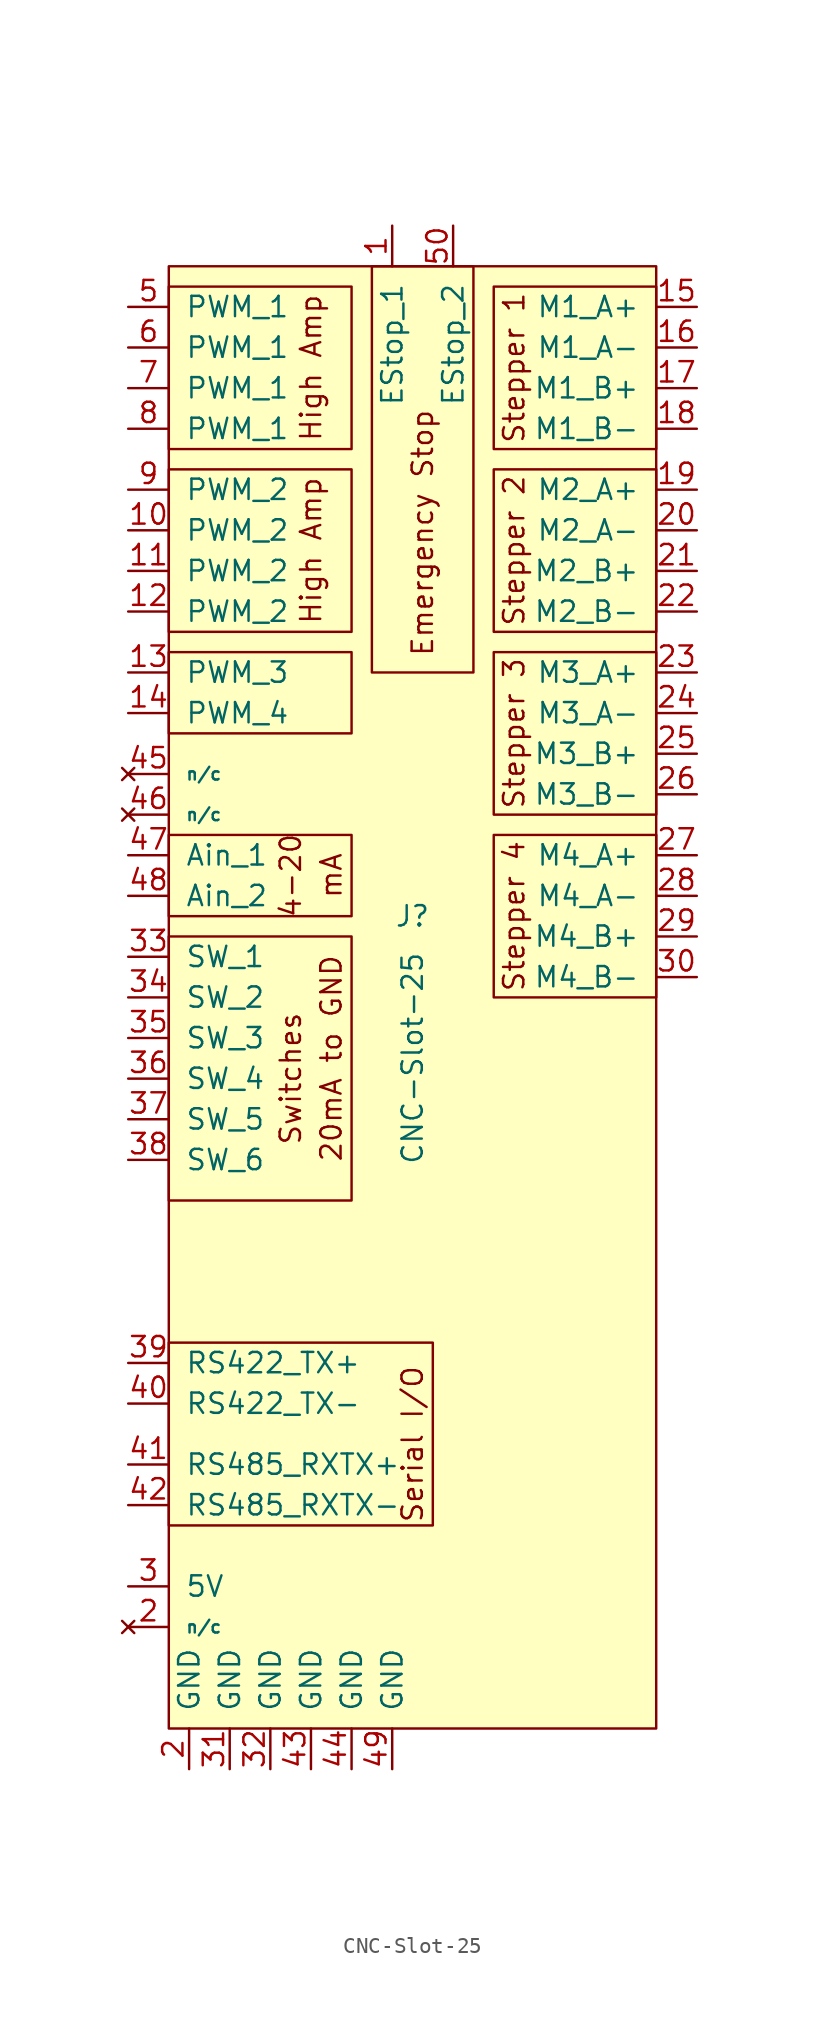
<source format=kicad_sym>
(kicad_symbol_lib
  (version 20220914)
  (generator kicad_symbol_editor)
  (symbol "CNC-Slot-25"
    (pin_names
      (offset 1.016))
    (property "Reference" "J"
      (at 0 5.08 0)
      (effects (font (size 1.27 1.27))))
    (property "Value" "CNC-Slot-25"
      (at 0 -3.81 90)
      (effects (font (size 1.27 1.27))))
    (symbol "CNC-Slot-25_0_0"
      (rectangle (start -15.24 10.16) (end -3.81 5.08) (stroke (width 0) (type solid)) (fill (type none)))
      (rectangle (start -15.24 21.59) (end -3.81 16.51) (stroke (width 0) (type solid)) (fill (type none)))
      (rectangle (start -15.24 33.02) (end -3.81 22.86) (stroke (width 0) (type solid)) (fill (type none)))
      (rectangle (start -15.24 44.45) (end -3.81 34.29) (stroke (width 0) (type solid)) (fill (type none)))
      (rectangle (start -2.54 45.72) (end 3.81 20.32) (stroke (width 0) (type solid)) (fill (type none)))
      (rectangle (start 15.24 10.16) (end 5.08 0) (stroke (width 0) (type solid)) (fill (type none)))
      (rectangle (start 15.24 21.59) (end 5.08 11.43) (stroke (width 0) (type solid)) (fill (type none)))
      (rectangle (start 15.24 33.02) (end 5.08 22.86) (stroke (width 0) (type solid)) (fill (type none)))
      (text "20mA to GND" (at -5.08 -3.81 900) (effects (font (size 1.27 1.27))))
      (text "4-20" (at -7.62 7.62 900) (effects (font (size 1.27 1.27))))
      (text "Emergency Stop" (at 0.635 36.83 900) (effects (font (size 1.27 1.27)) (justify right)))
      (text "High Amp" (at -6.35 27.94 900) (effects (font (size 1.27 1.27))))
      (text "High Amp" (at -6.35 39.37 900) (effects (font (size 1.27 1.27))))
      (text "mA" (at -5.08 7.62 900) (effects (font (size 1.27 1.27))))
      (text "Serial I/O" (at 0 -27.94 900) (effects (font (size 1.27 1.27))))
      (text "Stepper 1" (at 6.35 39.37 900) (effects (font (size 1.27 1.27))))
      (text "Stepper 2" (at 6.35 27.94 900) (effects (font (size 1.27 1.27))))
      (text "Stepper 3" (at 6.35 16.51 900) (effects (font (size 1.27 1.27))))
      (text "Stepper 4" (at 6.35 5.08 900) (effects (font (size 1.27 1.27))))
      (text "Switches" (at -7.62 -5.08 900) (effects (font (size 1.27 1.27)))))
    (symbol "CNC-Slot-25_0_1"
      (rectangle (start -15.24 -21.59) (end 1.27 -33.02) (stroke (width 0) (type solid)) (fill (type none)))
      (rectangle (start -15.24 3.81) (end -3.81 -12.7) (stroke (width 0) (type solid)) (fill (type none)))
      (rectangle (start -15.24 45.72) (end 15.24 -45.72) (stroke (width 0) (type solid)) (fill (type background)))
      (rectangle (start 15.24 44.45) (end 5.08 34.29) (stroke (width 0) (type solid)) (fill (type none))))
    (symbol "CNC-Slot-25_1_1"
      (pin passive line (at -1.27 48.26 270) (length 2.54) (name "EStop_1" (effects (font (size 1.27 1.27)))) (number "1" (effects (font (size 1.27 1.27)))))
      (pin output line (at -17.78 29.21 0) (length 2.54) (name "PWM_2" (effects (font (size 1.27 1.27)))) (number "10" (effects (font (size 1.27 1.27)))))
      (pin output line (at -17.78 26.67 0) (length 2.54) (name "PWM_2" (effects (font (size 1.27 1.27)))) (number "11" (effects (font (size 1.27 1.27)))))
      (pin output line (at -17.78 24.13 0) (length 2.54) (name "PWM_2" (effects (font (size 1.27 1.27)))) (number "12" (effects (font (size 1.27 1.27)))))
      (pin open_collector line (at -17.78 20.32 0) (length 2.54) (name "PWM_3" (effects (font (size 1.27 1.27)))) (number "13" (effects (font (size 1.27 1.27)))))
      (pin open_collector line (at -17.78 17.78 0) (length 2.54) (name "PWM_4" (effects (font (size 1.27 1.27)))) (number "14" (effects (font (size 1.27 1.27)))))
      (pin output line (at 17.78 43.18 180) (length 2.54) (name "M1_A+" (effects (font (size 1.27 1.27)))) (number "15" (effects (font (size 1.27 1.27)))))
      (pin output line (at 17.78 40.64 180) (length 2.54) (name "M1_A-" (effects (font (size 1.27 1.27)))) (number "16" (effects (font (size 1.27 1.27)))))
      (pin output line (at 17.78 38.1 180) (length 2.54) (name "M1_B+" (effects (font (size 1.27 1.27)))) (number "17" (effects (font (size 1.27 1.27)))))
      (pin output line (at 17.78 35.56 180) (length 2.54) (name "M1_B-" (effects (font (size 1.27 1.27)))) (number "18" (effects (font (size 1.27 1.27)))))
      (pin output line (at 17.78 31.75 180) (length 2.54) (name "M2_A+" (effects (font (size 1.27 1.27)))) (number "19" (effects (font (size 1.27 1.27)))))
      (pin power_out line (at -13.97 -48.26 90) (length 2.54) (name "GND" (effects (font (size 1.27 1.27)))) (number "2" (effects (font (size 1.27 1.27)))))
      (pin no_connect line (at -17.78 -39.37 0) (length 2.54) (name "n/c" (effects (font (size 0.762 0.762)))) (number "2" (effects (font (size 1.27 1.27)))))
      (pin output line (at 17.78 29.21 180) (length 2.54) (name "M2_A-" (effects (font (size 1.27 1.27)))) (number "20" (effects (font (size 1.27 1.27)))))
      (pin output line (at 17.78 26.67 180) (length 2.54) (name "M2_B+" (effects (font (size 1.27 1.27)))) (number "21" (effects (font (size 1.27 1.27)))))
      (pin output line (at 17.78 24.13 180) (length 2.54) (name "M2_B-" (effects (font (size 1.27 1.27)))) (number "22" (effects (font (size 1.27 1.27)))))
      (pin output line (at 17.78 20.32 180) (length 2.54) (name "M3_A+" (effects (font (size 1.27 1.27)))) (number "23" (effects (font (size 1.27 1.27)))))
      (pin output line (at 17.78 17.78 180) (length 2.54) (name "M3_A-" (effects (font (size 1.27 1.27)))) (number "24" (effects (font (size 1.27 1.27)))))
      (pin output line (at 17.78 15.24 180) (length 2.54) (name "M3_B+" (effects (font (size 1.27 1.27)))) (number "25" (effects (font (size 1.27 1.27)))))
      (pin output line (at 17.78 12.7 180) (length 2.54) (name "M3_B-" (effects (font (size 1.27 1.27)))) (number "26" (effects (font (size 1.27 1.27)))))
      (pin output line (at 17.78 8.89 180) (length 2.54) (name "M4_A+" (effects (font (size 1.27 1.27)))) (number "27" (effects (font (size 1.27 1.27)))))
      (pin output line (at 17.78 6.35 180) (length 2.54) (name "M4_A-" (effects (font (size 1.27 1.27)))) (number "28" (effects (font (size 1.27 1.27)))))
      (pin output line (at 17.78 3.81 180) (length 2.54) (name "M4_B+" (effects (font (size 1.27 1.27)))) (number "29" (effects (font (size 1.27 1.27)))))
      (pin power_out line (at -17.78 -36.83 0) (length 2.54) (name "5V" (effects (font (size 1.27 1.27)))) (number "3" (effects (font (size 1.27 1.27)))))
      (pin output line (at 17.78 1.27 180) (length 2.54) (name "M4_B-" (effects (font (size 1.27 1.27)))) (number "30" (effects (font (size 1.27 1.27)))))
      (pin power_out line (at -11.43 -48.26 90) (length 2.54) (name "GND" (effects (font (size 1.27 1.27)))) (number "31" (effects (font (size 1.27 1.27)))))
      (pin power_out line (at -8.89 -48.26 90) (length 2.54) (name "GND" (effects (font (size 1.27 1.27)))) (number "32" (effects (font (size 1.27 1.27)))))
      (pin input line (at -17.78 2.54 0) (length 2.54) (name "SW_1" (effects (font (size 1.27 1.27)))) (number "33" (effects (font (size 1.27 1.27)))))
      (pin input line (at -17.78 0 0) (length 2.54) (name "SW_2" (effects (font (size 1.27 1.27)))) (number "34" (effects (font (size 1.27 1.27)))))
      (pin input line (at -17.78 -2.54 0) (length 2.54) (name "SW_3" (effects (font (size 1.27 1.27)))) (number "35" (effects (font (size 1.27 1.27)))))
      (pin input line (at -17.78 -5.08 0) (length 2.54) (name "SW_4" (effects (font (size 1.27 1.27)))) (number "36" (effects (font (size 1.27 1.27)))))
      (pin input line (at -17.78 -7.62 0) (length 2.54) (name "SW_5" (effects (font (size 1.27 1.27)))) (number "37" (effects (font (size 1.27 1.27)))))
      (pin input line (at -17.78 -10.16 0) (length 2.54) (name "SW_6" (effects (font (size 1.27 1.27)))) (number "38" (effects (font (size 1.27 1.27)))))
      (pin output line (at -17.78 -22.86 0) (length 2.54) (name "RS422_TX+" (effects (font (size 1.27 1.27)))) (number "39" (effects (font (size 1.27 1.27)))))
      (pin output line (at -17.78 -25.4 0) (length 2.54) (name "RS422_TX-" (effects (font (size 1.27 1.27)))) (number "40" (effects (font (size 1.27 1.27)))))
      (pin bidirectional line (at -17.78 -29.21 0) (length 2.54) (name "RS485_RXTX+" (effects (font (size 1.27 1.27)))) (number "41" (effects (font (size 1.27 1.27)))))
      (pin bidirectional line (at -17.78 -31.75 0) (length 2.54) (name "RS485_RXTX-" (effects (font (size 1.27 1.27)))) (number "42" (effects (font (size 1.27 1.27)))))
      (pin power_out line (at -6.35 -48.26 90) (length 2.54) (name "GND" (effects (font (size 1.27 1.27)))) (number "43" (effects (font (size 1.27 1.27)))))
      (pin power_out line (at -3.81 -48.26 90) (length 2.54) (name "GND" (effects (font (size 1.27 1.27)))) (number "44" (effects (font (size 1.27 1.27)))))
      (pin no_connect line (at -17.78 13.97 0) (length 2.54) (name "n/c" (effects (font (size 0.762 0.762)))) (number "45" (effects (font (size 1.27 1.27)))))
      (pin no_connect line (at -17.78 11.43 0) (length 2.54) (name "n/c" (effects (font (size 0.762 0.762)))) (number "46" (effects (font (size 1.27 1.27)))))
      (pin input line (at -17.78 8.89 0) (length 2.54) (name "Ain_1" (effects (font (size 1.27 1.27)))) (number "47" (effects (font (size 1.27 1.27)))))
      (pin input line (at -17.78 6.35 0) (length 2.54) (name "Ain_2" (effects (font (size 1.27 1.27)))) (number "48" (effects (font (size 1.27 1.27)))))
      (pin power_out line (at -1.27 -48.26 90) (length 2.54) (name "GND" (effects (font (size 1.27 1.27)))) (number "49" (effects (font (size 1.27 1.27)))))
      (pin output line (at -17.78 43.18 0) (length 2.54) (name "PWM_1" (effects (font (size 1.27 1.27)))) (number "5" (effects (font (size 1.27 1.27)))))
      (pin passive line (at 2.54 48.26 270) (length 2.54) (name "EStop_2" (effects (font (size 1.27 1.27)))) (number "50" (effects (font (size 1.27 1.27)))))
      (pin output line (at -17.78 40.64 0) (length 2.54) (name "PWM_1" (effects (font (size 1.27 1.27)))) (number "6" (effects (font (size 1.27 1.27)))))
      (pin output line (at -17.78 38.1 0) (length 2.54) (name "PWM_1" (effects (font (size 1.27 1.27)))) (number "7" (effects (font (size 1.27 1.27)))))
      (pin output line (at -17.78 35.56 0) (length 2.54) (name "PWM_1" (effects (font (size 1.27 1.27)))) (number "8" (effects (font (size 1.27 1.27)))))
      (pin output line (at -17.78 31.75 0) (length 2.54) (name "PWM_2" (effects (font (size 1.27 1.27)))) (number "9" (effects (font (size 1.27 1.27))))))))
</source>
